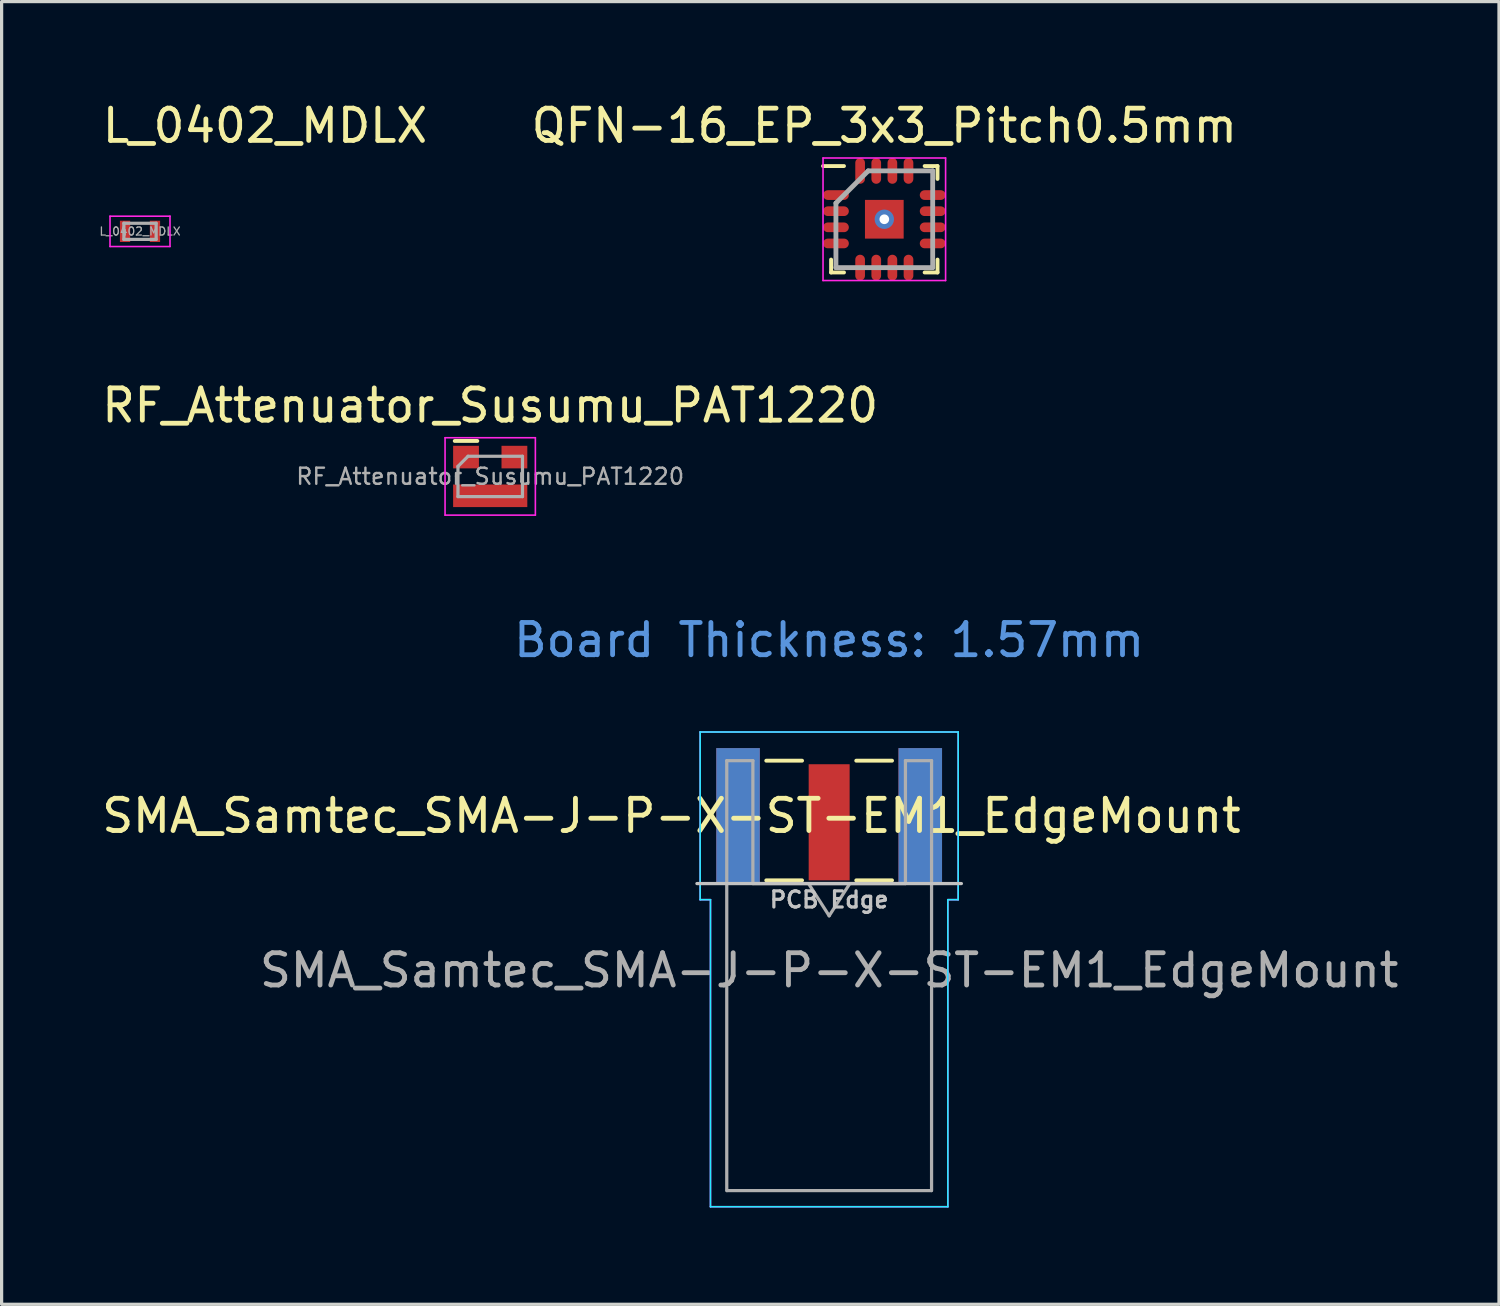
<source format=kicad_pcb>
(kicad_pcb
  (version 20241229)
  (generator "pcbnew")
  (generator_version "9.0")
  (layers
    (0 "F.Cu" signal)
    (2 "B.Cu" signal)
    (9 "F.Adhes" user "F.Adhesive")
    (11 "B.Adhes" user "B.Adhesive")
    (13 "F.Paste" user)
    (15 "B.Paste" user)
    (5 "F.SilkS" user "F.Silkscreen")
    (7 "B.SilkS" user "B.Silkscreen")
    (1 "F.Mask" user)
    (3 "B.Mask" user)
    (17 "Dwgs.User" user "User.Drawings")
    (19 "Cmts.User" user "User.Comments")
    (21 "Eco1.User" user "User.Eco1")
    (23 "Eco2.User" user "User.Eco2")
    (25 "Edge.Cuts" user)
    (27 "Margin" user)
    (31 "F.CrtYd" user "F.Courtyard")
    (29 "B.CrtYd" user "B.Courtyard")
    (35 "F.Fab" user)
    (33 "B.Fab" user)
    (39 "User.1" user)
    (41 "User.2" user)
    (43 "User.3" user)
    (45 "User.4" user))
  (footprint "QFN-16_EP_3x3_Pitch0.5mm"
    (layer "F.Cu")
    (at 24.368 3.748)
    (property "Reference" "QFN-16_EP_3x3_Pitch0.5mm" (at 0 -2.9 0) (layer "F.SilkS") (effects (font (size 1 1) (thickness 0.15))))
    (attr through_hole)
    (fp_line (start -1.65 1.65) (end -1.65 1.25) (stroke (width 0.12) (type solid)) (layer "F.SilkS"))
    (fp_line (start -1.25 -1.65) (end -1.9 -1.65) (stroke (width 0.12) (type solid)) (layer "F.SilkS"))
    (fp_line (start -1.25 1.65) (end -1.65 1.65) (stroke (width 0.12) (type solid)) (layer "F.SilkS"))
    (fp_line (start 1.25 -1.65) (end 1.65 -1.65) (stroke (width 0.12) (type solid)) (layer "F.SilkS"))
    (fp_line (start 1.25 1.65) (end 1.65 1.65) (stroke (width 0.12) (type solid)) (layer "F.SilkS"))
    (fp_line (start 1.65 -1.65) (end 1.65 -1.25) (stroke (width 0.12) (type solid)) (layer "F.SilkS"))
    (fp_line (start 1.65 1.65) (end 1.65 1.25) (stroke (width 0.12) (type solid)) (layer "F.SilkS"))
    (fp_line (start -1.9 -1.9) (end 1.9 -1.9) (stroke (width 0.05) (type solid)) (layer "F.CrtYd"))
    (fp_line (start -1.9 1.9) (end -1.9 -1.9) (stroke (width 0.05) (type solid)) (layer "F.CrtYd"))
    (fp_line (start 1.9 -1.9) (end 1.9 1.9) (stroke (width 0.05) (type solid)) (layer "F.CrtYd"))
    (fp_line (start 1.9 1.9) (end -1.9 1.9) (stroke (width 0.05) (type solid)) (layer "F.CrtYd"))
    (fp_line (start -1.5 -0.5) (end -1.5 1.5) (stroke (width 0.15) (type solid)) (layer "F.Fab"))
    (fp_line (start -1.5 1.5) (end 1.5 1.5) (stroke (width 0.15) (type solid)) (layer "F.Fab"))
    (fp_line (start -0.5 -1.5) (end -1.5 -0.5) (stroke (width 0.15) (type solid)) (layer "F.Fab"))
    (fp_line (start 1.5 -1.5) (end -0.5 -1.5) (stroke (width 0.15) (type solid)) (layer "F.Fab"))
    (fp_line (start 1.5 1.5) (end 1.5 -1.5) (stroke (width 0.15) (type solid)) (layer "F.Fab"))
    (pad "1" smd oval (at -1.5 -0.75 90) (size 0.3 0.8) (layers "F.Cu" "F.Mask" "F.Paste"))
    (pad "2" smd oval (at -1.5 -0.25 90) (size 0.3 0.8) (layers "F.Cu" "F.Mask" "F.Paste"))
    (pad "3" smd oval (at -1.5 0.25 90) (size 0.3 0.8) (layers "F.Cu" "F.Mask" "F.Paste"))
    (pad "4" smd oval (at -1.5 0.75 90) (size 0.3 0.8) (layers "F.Cu" "F.Mask" "F.Paste"))
    (pad "5" smd oval (at -0.75 1.5) (size 0.3 0.8) (layers "F.Cu" "F.Mask" "F.Paste"))
    (pad "6" smd oval (at -0.25 1.5) (size 0.3 0.8) (layers "F.Cu" "F.Mask" "F.Paste"))
    (pad "7" smd oval (at 0.25 1.5) (size 0.3 0.8) (layers "F.Cu" "F.Mask" "F.Paste"))
    (pad "8" smd oval (at 0.75 1.5) (size 0.3 0.8) (layers "F.Cu" "F.Mask" "F.Paste"))
    (pad "9" smd oval (at 1.5 0.75 90) (size 0.3 0.8) (layers "F.Cu" "F.Mask" "F.Paste"))
    (pad "10" smd oval (at 1.5 0.25 90) (size 0.3 0.8) (layers "F.Cu" "F.Mask" "F.Paste"))
    (pad "11" smd oval (at 1.5 -0.25 90) (size 0.3 0.8) (layers "F.Cu" "F.Mask" "F.Paste"))
    (pad "12" smd oval (at 1.5 -0.75 90) (size 0.3 0.8) (layers "F.Cu" "F.Mask" "F.Paste"))
    (pad "13" smd oval (at 0.75 -1.5) (size 0.3 0.8) (layers "F.Cu" "F.Mask" "F.Paste"))
    (pad "14" smd oval (at 0.25 -1.5) (size 0.3 0.8) (layers "F.Cu" "F.Mask" "F.Paste"))
    (pad "15" smd oval (at -0.25 -1.5) (size 0.3 0.8) (layers "F.Cu" "F.Mask" "F.Paste"))
    (pad "16" smd oval (at -0.75 -1.5) (size 0.3 0.8) (layers "F.Cu" "F.Mask" "F.Paste"))
    (pad "17" thru_hole circle (at 0 0) (size 0.6 0.6) (drill 0.3) (layers "*.Cu" "*.Mask"))
    (pad "17" smd rect (at 0 0) (size 1.2 1.2) (layers "F.Cu" "F.Mask" "F.Paste")))
  (footprint "RF_Attenuator_Susumu_PAT1220"
    (layer "F.Cu")
    (at 12.149 11.722)
    (property "Reference" "RF_Attenuator_Susumu_PAT1220" (at 0 -2.2 0) (layer "F.SilkS") (effects (font (size 1 1) (thickness 0.15))))
    (attr smd)
    (fp_line (start -1.1 -1.1) (end -0.4 -1.1) (stroke (width 0.12) (type solid)) (layer "F.SilkS"))
    (fp_line (start -1.4 -1.2) (end 1.4 -1.2) (stroke (width 0.05) (type solid)) (layer "F.CrtYd"))
    (fp_line (start -1.4 1.2) (end -1.4 -1.2) (stroke (width 0.05) (type solid)) (layer "F.CrtYd"))
    (fp_line (start 1.4 -1.2) (end 1.4 1.2) (stroke (width 0.05) (type solid)) (layer "F.CrtYd"))
    (fp_line (start 1.4 1.2) (end -1.4 1.2) (stroke (width 0.05) (type solid)) (layer "F.CrtYd"))
    (fp_line (start -1 -0.312) (end -0.688 -0.625) (stroke (width 0.1) (type solid)) (layer "F.Fab"))
    (fp_line (start -1 0.625) (end -1 -0.312) (stroke (width 0.1) (type solid)) (layer "F.Fab"))
    (fp_line (start -0.688 -0.625) (end 1 -0.625) (stroke (width 0.1) (type solid)) (layer "F.Fab"))
    (fp_line (start 1 -0.625) (end 1 0.625) (stroke (width 0.1) (type solid)) (layer "F.Fab"))
    (fp_line (start 1 0.625) (end -1 0.625) (stroke (width 0.1) (type solid)) (layer "F.Fab"))
    (fp_text user "${REFERENCE}" (at 0 0 0) (layer "F.Fab") (effects (font (size 0.5 0.5) (thickness 0.075))))
    (pad "1" smd rect (at -0.75 -0.6) (size 0.8 0.7) (layers "F.Cu" "F.Mask" "F.Paste"))
    (pad "2" smd rect (at 0.75 -0.6) (size 0.8 0.7) (layers "F.Cu" "F.Mask" "F.Paste"))
    (pad "3" smd rect (at 0 0.6) (size 2.3 0.7) (layers "F.Cu" "F.Mask" "F.Paste")))
  (footprint "SMA_Samtec_SMA-J-P-X-ST-EM1_EdgeMount"
    (layer "F.Cu")
    (at 22.658 22.245)
    (property "Reference" "SMA_Samtec_SMA-J-P-X-ST-EM1_EdgeMount" (at -4.89 0 180) (layer "F.SilkS") (effects (font (size 1 1) (thickness 0.15))))
    (attr smd)
    (fp_line (start -1.95 -1.71) (end -0.84 -1.71) (stroke (width 0.12) (type solid)) (layer "F.SilkS"))
    (fp_line (start -1.95 2) (end -0.84 2) (stroke (width 0.12) (type solid)) (layer "F.SilkS"))
    (fp_line (start 0.84 -1.71) (end 1.95 -1.71) (stroke (width 0.12) (type solid)) (layer "F.SilkS"))
    (fp_line (start 0.84 2) (end 1.95 2) (stroke (width 0.12) (type solid)) (layer "F.SilkS"))
    (fp_line (start 4.1 2.1) (end -4.1 2.1) (stroke (width 0.1) (type solid)) (layer "Dwgs.User"))
    (fp_line (start -4 -2.6) (end 4 -2.6) (stroke (width 0.05) (type solid)) (layer "B.CrtYd"))
    (fp_line (start -4 2.6) (end -4 -2.6) (stroke (width 0.05) (type solid)) (layer "B.CrtYd"))
    (fp_line (start -3.68 2.6) (end -4 2.6) (stroke (width 0.05) (type solid)) (layer "B.CrtYd"))
    (fp_line (start -3.68 12.12) (end -3.68 2.6) (stroke (width 0.05) (type solid)) (layer "B.CrtYd"))
    (fp_line (start 3.68 2.6) (end 3.68 12.12) (stroke (width 0.05) (type solid)) (layer "B.CrtYd"))
    (fp_line (start 3.68 12.12) (end -3.68 12.12) (stroke (width 0.05) (type solid)) (layer "B.CrtYd"))
    (fp_line (start 4 2.6) (end 3.68 2.6) (stroke (width 0.05) (type solid)) (layer "B.CrtYd"))
    (fp_line (start 4 2.6) (end 4 -2.6) (stroke (width 0.05) (type solid)) (layer "B.CrtYd"))
    (fp_line (start -4 -2.6) (end 4 -2.6) (stroke (width 0.05) (type solid)) (layer "F.CrtYd"))
    (fp_line (start -4 2.6) (end -4 -2.6) (stroke (width 0.05) (type solid)) (layer "F.CrtYd"))
    (fp_line (start -3.68 2.6) (end -4 2.6) (stroke (width 0.05) (type solid)) (layer "F.CrtYd"))
    (fp_line (start -3.68 12.12) (end -3.68 2.6) (stroke (width 0.05) (type solid)) (layer "F.CrtYd"))
    (fp_line (start 3.68 2.6) (end 3.68 12.12) (stroke (width 0.05) (type solid)) (layer "F.CrtYd"))
    (fp_line (start 3.68 2.6) (end 4 2.6) (stroke (width 0.05) (type solid)) (layer "F.CrtYd"))
    (fp_line (start 3.68 12.12) (end -3.68 12.12) (stroke (width 0.05) (type solid)) (layer "F.CrtYd"))
    (fp_line (start 4 2.6) (end 4 -2.6) (stroke (width 0.05) (type solid)) (layer "F.CrtYd"))
    (fp_line (start -3.175 -1.71) (end -3.175 11.62) (stroke (width 0.1) (type solid)) (layer "F.Fab"))
    (fp_line (start -2.365 -1.71) (end -3.175 -1.71) (stroke (width 0.1) (type solid)) (layer "F.Fab"))
    (fp_line (start -2.365 2.1) (end -2.365 -1.71) (stroke (width 0.1) (type solid)) (layer "F.Fab"))
    (fp_line (start 0 3.1) (end -0.64 2.1) (stroke (width 0.1) (type solid)) (layer "F.Fab"))
    (fp_line (start 0.64 2.1) (end 0 3.1) (stroke (width 0.1) (type solid)) (layer "F.Fab"))
    (fp_line (start 2.365 -1.71) (end 2.365 2.1) (stroke (width 0.1) (type solid)) (layer "F.Fab"))
    (fp_line (start 2.365 2.1) (end -2.365 2.1) (stroke (width 0.1) (type solid)) (layer "F.Fab"))
    (fp_line (start 3.165 11.62) (end -3.165 11.62) (stroke (width 0.1) (type solid)) (layer "F.Fab"))
    (fp_line (start 3.175 -1.71) (end 2.365 -1.71) (stroke (width 0.1) (type solid)) (layer "F.Fab"))
    (fp_line (start 3.175 -1.71) (end 3.175 11.62) (stroke (width 0.1) (type solid)) (layer "F.Fab"))
    (fp_text user "PCB Edge" (at 0 2.6 180) (layer "Dwgs.User") (effects (font (size 0.5 0.5) (thickness 0.1))))
    (fp_text user "Board Thickness: 1.57mm" (at 0 -5.45 180) (layer "Cmts.User") (effects (font (size 1 1) (thickness 0.15))))
    (fp_text user "${REFERENCE}" (at 0 4.79 180) (layer "F.Fab") (effects (font (size 1 1) (thickness 0.15))))
    (pad "1" smd rect (at 0 0.2) (size 1.27 3.6) (layers "F.Cu" "F.Mask" "F.Paste"))
    (pad "2" smd rect (at -2.825 0) (size 1.35 4.2) (layers "F.Cu" "F.Mask" "F.Paste"))
    (pad "2" smd rect (at -2.825 0) (size 1.35 4.2) (layers "B.Cu" "B.Mask" "B.Paste"))
    (pad "2" smd rect (at 2.825 0) (size 1.35 4.2) (layers "F.Cu" "F.Mask" "F.Paste"))
    (pad "2" smd rect (at 2.825 0) (size 1.35 4.2) (layers "B.Cu" "B.Mask" "B.Paste")))
  (footprint "L_0402_MDLX"
    (layer "F.Cu")
    (at 1.291 4.123)
    (property "Reference" "L_0402_MDLX" (at 3.875 -3.275 0) (layer "F.SilkS") (effects (font (size 1 1) (thickness 0.15))))
    (attr smd)
    (fp_line (start -0.93 -0.47) (end 0.93 -0.47) (stroke (width 0.05) (type solid)) (layer "F.CrtYd"))
    (fp_line (start -0.93 0.47) (end -0.93 -0.47) (stroke (width 0.05) (type solid)) (layer "F.CrtYd"))
    (fp_line (start 0.93 -0.47) (end 0.93 0.47) (stroke (width 0.05) (type solid)) (layer "F.CrtYd"))
    (fp_line (start 0.93 0.47) (end -0.93 0.47) (stroke (width 0.05) (type solid)) (layer "F.CrtYd"))
    (fp_line (start -0.5 -0.25) (end 0.5 -0.25) (stroke (width 0.1) (type solid)) (layer "F.Fab"))
    (fp_line (start -0.5 0.25) (end -0.5 -0.25) (stroke (width 0.1) (type solid)) (layer "F.Fab"))
    (fp_line (start 0.5 -0.25) (end 0.5 0.25) (stroke (width 0.1) (type solid)) (layer "F.Fab"))
    (fp_line (start 0.5 0.25) (end -0.5 0.25) (stroke (width 0.1) (type solid)) (layer "F.Fab"))
    (fp_text user "${REFERENCE}" (at 0 0 0) (layer "F.Fab") (effects (font (size 0.25 0.25) (thickness 0.04))))
    (pad "1" smd rect (at -0.464 0) (size 0.318 0.66) (layers "F.Cu" "F.Mask" "F.Paste"))
    (pad "2" smd rect (at 0.464 0) (size 0.318 0.66) (layers "F.Cu" "F.Mask" "F.Paste")))
  (gr_rect
    (start -3 -3)
    (end 43.426 37.39)
    (stroke (width 0.1) (type default))
    (fill no)
    (layer "Edge.Cuts")))
</source>
